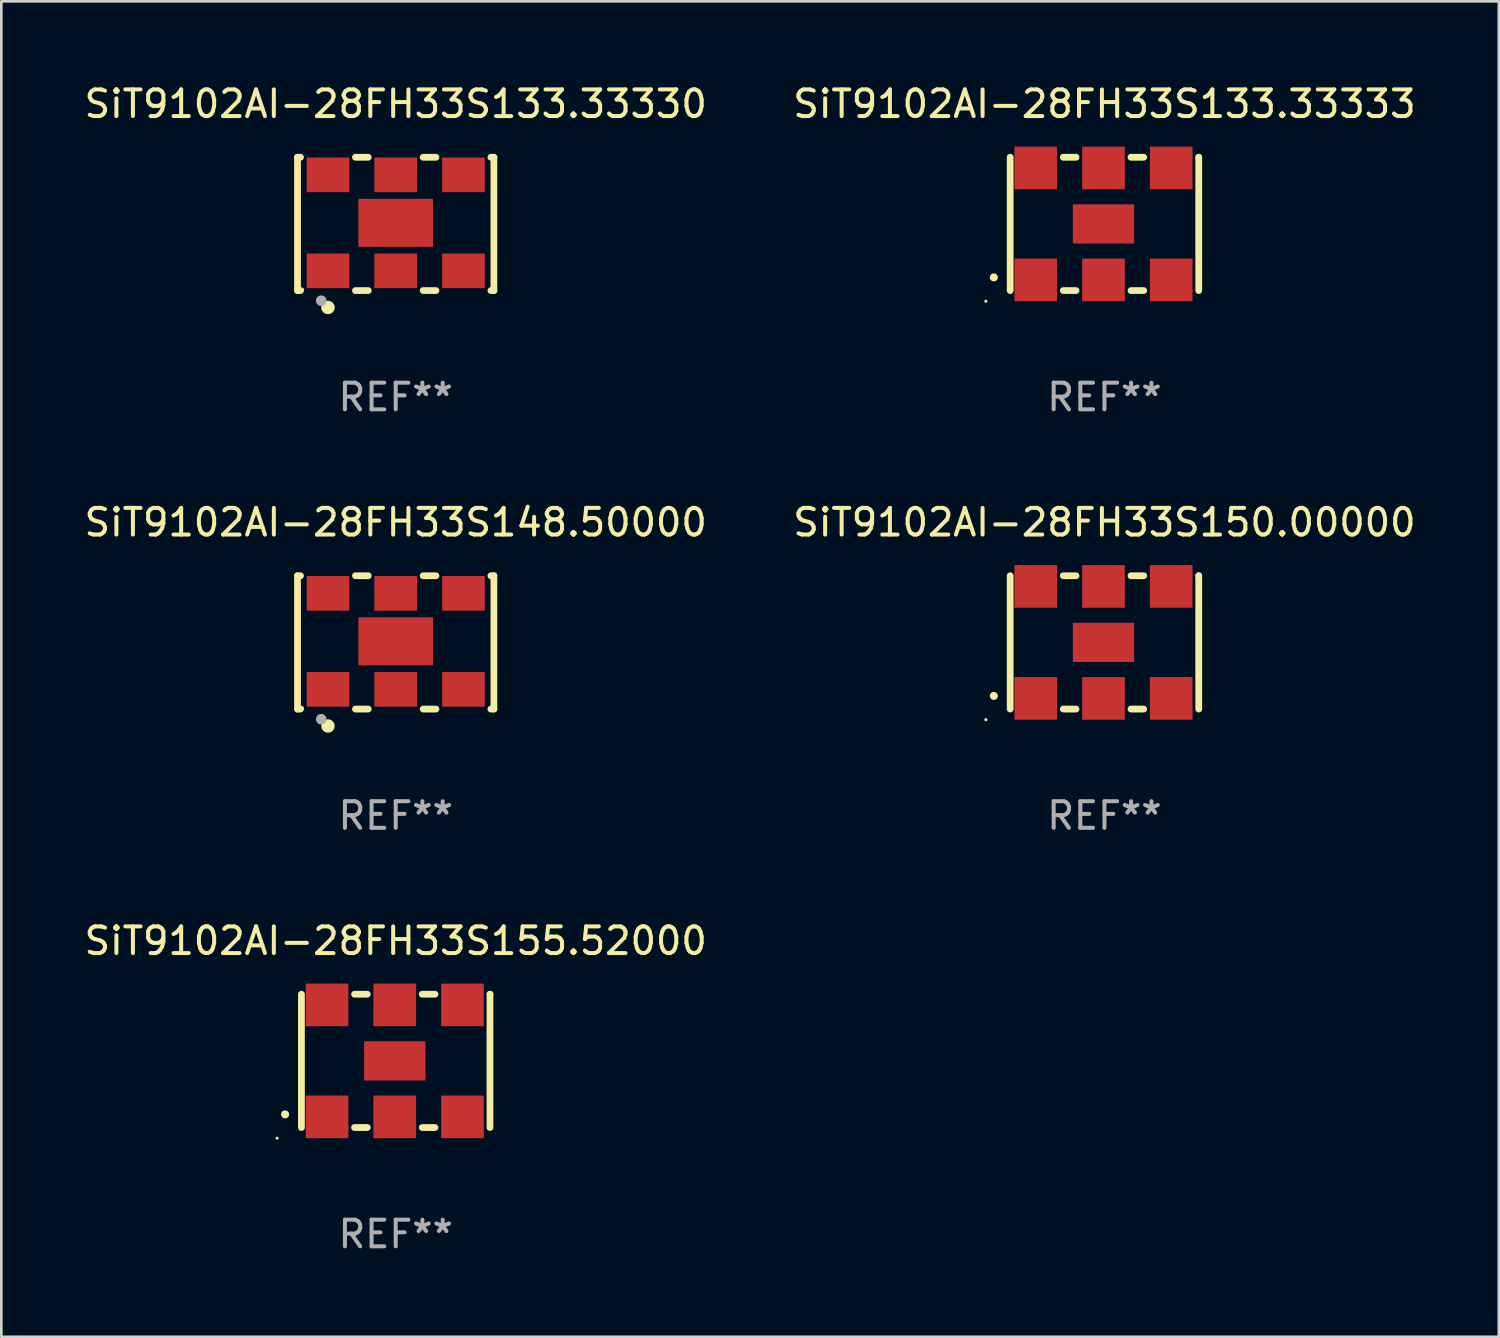
<source format=kicad_pcb>
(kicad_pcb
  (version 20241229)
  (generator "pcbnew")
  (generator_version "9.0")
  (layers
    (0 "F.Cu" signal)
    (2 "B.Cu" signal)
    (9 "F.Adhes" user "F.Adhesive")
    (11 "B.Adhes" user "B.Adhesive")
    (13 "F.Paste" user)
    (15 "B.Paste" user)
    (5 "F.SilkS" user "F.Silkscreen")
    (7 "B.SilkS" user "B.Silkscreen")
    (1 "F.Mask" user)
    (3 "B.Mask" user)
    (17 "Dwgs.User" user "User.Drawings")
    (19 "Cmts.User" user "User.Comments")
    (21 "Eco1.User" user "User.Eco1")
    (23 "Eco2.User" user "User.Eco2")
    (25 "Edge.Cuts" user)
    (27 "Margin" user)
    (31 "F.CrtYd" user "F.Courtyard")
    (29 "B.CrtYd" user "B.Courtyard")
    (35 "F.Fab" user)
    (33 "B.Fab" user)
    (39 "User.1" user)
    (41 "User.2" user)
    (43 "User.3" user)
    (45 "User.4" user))
  (footprint "SiT9102AI-28FH33S150.00000"
    (layer "F.Cu")
    (at 38.375 21.045)
    (property "Reference" "SiT9102AI-28FH33S150.00000" (at 0 -4.5 0) (layer "F.SilkS") (effects (font (size 1 1) (thickness 0.15))))
    (attr through_hole)
    (fp_line (start -3.536 -2.5) (end -3.536 2.5) (stroke (width 0.254) (type solid)) (layer "F.SilkS"))
    (fp_line (start -1.544 2.5) (end -1.067 2.5) (stroke (width 0.254) (type solid)) (layer "F.SilkS"))
    (fp_line (start -1.067 -2.5) (end -1.544 -2.5) (stroke (width 0.254) (type solid)) (layer "F.SilkS"))
    (fp_line (start 0.996 2.5) (end 1.473 2.5) (stroke (width 0.254) (type solid)) (layer "F.SilkS"))
    (fp_line (start 1.473 -2.5) (end 0.996 -2.5) (stroke (width 0.254) (type solid)) (layer "F.SilkS"))
    (fp_line (start 3.536 -2.5) (end 3.536 -2.5) (stroke (width 0.254) (type solid)) (layer "F.SilkS"))
    (fp_line (start 3.536 2.5) (end 3.536 -2.5) (stroke (width 0.254) (type solid)) (layer "F.SilkS"))
    (fp_arc (start -4.150432 2.006604) (mid -4.149162 2.006599) (end -4.147892 2.006604) (stroke (width 0.3) (type solid)) (layer "F.SilkS"))
    (fp_circle (center -4.449 2.9) (end -4.419 2.9) (stroke (width 0.06) (type solid)) (fill no) (layer "F.SilkS"))
    (fp_text user "REF**" (at 0 6.5 0) (layer "F.Fab") (effects (font (size 1 1) (thickness 0.15))))
    (pad "1" smd rect (at -2.576 2.1) (size 1.6 1.6) (layers "F.Cu" "F.Mask" "F.Paste"))
    (pad "2" smd rect (at -0.036 2.1) (size 1.6 1.6) (layers "F.Cu" "F.Mask" "F.Paste"))
    (pad "3" smd rect (at 2.504 2.1) (size 1.6 1.6) (layers "F.Cu" "F.Mask" "F.Paste"))
    (pad "4" smd rect (at 2.504 -2.1) (size 1.6 1.6) (layers "F.Cu" "F.Mask" "F.Paste"))
    (pad "5" smd rect (at -0.036 -2.1) (size 1.6 1.6) (layers "F.Cu" "F.Mask" "F.Paste"))
    (pad "6" smd rect (at -2.576 -2.1) (size 1.6 1.6) (layers "F.Cu" "F.Mask" "F.Paste"))
    (pad "7" smd rect (at -0.036 0) (size 2.3 1.47) (layers "F.Cu" "F.Mask" "F.Paste")))
  (footprint "SiT9102AI-28FH33S148.50000"
    (layer "F.Cu")
    (at 11.792 21.045)
    (property "Reference" "SiT9102AI-28FH33S148.50000" (at 0 -4.5 0) (layer "F.SilkS") (effects (font (size 1 1) (thickness 0.15))))
    (attr through_hole)
    (fp_line (start -3.683 -2.5) (end -3.571 -2.5) (stroke (width 0.254) (type solid)) (layer "F.SilkS"))
    (fp_line (start -3.683 2.5) (end -3.683 -2.5) (stroke (width 0.254) (type solid)) (layer "F.SilkS"))
    (fp_line (start -3.683 2.5) (end -3.571 2.5) (stroke (width 0.254) (type solid)) (layer "F.SilkS"))
    (fp_line (start -1.509 -2.5) (end -1.031 -2.5) (stroke (width 0.254) (type solid)) (layer "F.SilkS"))
    (fp_line (start -1.509 2.5) (end -1.031 2.5) (stroke (width 0.254) (type solid)) (layer "F.SilkS"))
    (fp_line (start 1.031 -2.5) (end 1.509 -2.5) (stroke (width 0.254) (type solid)) (layer "F.SilkS"))
    (fp_line (start 1.031 2.5) (end 1.509 2.5) (stroke (width 0.254) (type solid)) (layer "F.SilkS"))
    (fp_line (start 3.571 -2.5) (end 3.683 -2.5) (stroke (width 0.254) (type solid)) (layer "F.SilkS"))
    (fp_line (start 3.571 2.5) (end 3.683 2.5) (stroke (width 0.254) (type solid)) (layer "F.SilkS"))
    (fp_line (start 3.683 2.5) (end 3.683 -2.5) (stroke (width 0.254) (type solid)) (layer "F.SilkS"))
    (fp_circle (center -3.5 2.46) (end -3.47 2.46) (stroke (width 0.06) (type solid)) (fill no) (layer "F.SilkS"))
    (fp_circle (center -2.54 3.135) (end -2.413 3.135) (stroke (width 0.254) (type solid)) (fill no) (layer "F.SilkS"))
    (fp_circle (center -2.794 2.881) (end -2.694 2.881) (stroke (width 0.2) (type solid)) (fill no) (layer "F.Fab"))
    (fp_text user "REF**" (at 0 6.5 0) (layer "F.Fab") (effects (font (size 1 1) (thickness 0.15))))
    (pad "1" smd rect (at -2.54 1.76) (size 1.6 1.3) (layers "F.Cu" "F.Mask" "F.Paste"))
    (pad "2" smd rect (at 0 1.76) (size 1.6 1.3) (layers "F.Cu" "F.Mask" "F.Paste"))
    (pad "3" smd rect (at 2.54 1.76) (size 1.6 1.3) (layers "F.Cu" "F.Mask" "F.Paste"))
    (pad "4" smd rect (at 2.54 -1.84) (size 1.6 1.3) (layers "F.Cu" "F.Mask" "F.Paste"))
    (pad "5" smd rect (at 0 -1.84) (size 1.6 1.3) (layers "F.Cu" "F.Mask" "F.Paste"))
    (pad "6" smd rect (at -2.54 -1.84) (size 1.6 1.3) (layers "F.Cu" "F.Mask" "F.Paste"))
    (pad "7" smd rect (at 0 -0.04) (size 2.8 1.8) (layers "F.Cu" "F.Mask" "F.Paste")))
  (footprint "SiT9102AI-28FH33S155.52000"
    (layer "F.Cu")
    (at 11.792 36.741)
    (property "Reference" "SiT9102AI-28FH33S155.52000" (at 0 -4.5 0) (layer "F.SilkS") (effects (font (size 1 1) (thickness 0.15))))
    (attr through_hole)
    (fp_line (start -3.536 -2.5) (end -3.536 2.5) (stroke (width 0.254) (type solid)) (layer "F.SilkS"))
    (fp_line (start -1.544 2.5) (end -1.067 2.5) (stroke (width 0.254) (type solid)) (layer "F.SilkS"))
    (fp_line (start -1.067 -2.5) (end -1.544 -2.5) (stroke (width 0.254) (type solid)) (layer "F.SilkS"))
    (fp_line (start 0.996 2.5) (end 1.473 2.5) (stroke (width 0.254) (type solid)) (layer "F.SilkS"))
    (fp_line (start 1.473 -2.5) (end 0.996 -2.5) (stroke (width 0.254) (type solid)) (layer "F.SilkS"))
    (fp_line (start 3.536 -2.5) (end 3.536 -2.5) (stroke (width 0.254) (type solid)) (layer "F.SilkS"))
    (fp_line (start 3.536 2.5) (end 3.536 -2.5) (stroke (width 0.254) (type solid)) (layer "F.SilkS"))
    (fp_arc (start -4.150432 2.006604) (mid -4.149162 2.006599) (end -4.147892 2.006604) (stroke (width 0.3) (type solid)) (layer "F.SilkS"))
    (fp_circle (center -4.449 2.9) (end -4.419 2.9) (stroke (width 0.06) (type solid)) (fill no) (layer "F.SilkS"))
    (fp_text user "REF**" (at 0 6.5 0) (layer "F.Fab") (effects (font (size 1 1) (thickness 0.15))))
    (pad "1" smd rect (at -2.576 2.1) (size 1.6 1.6) (layers "F.Cu" "F.Mask" "F.Paste"))
    (pad "2" smd rect (at -0.036 2.1) (size 1.6 1.6) (layers "F.Cu" "F.Mask" "F.Paste"))
    (pad "3" smd rect (at 2.504 2.1) (size 1.6 1.6) (layers "F.Cu" "F.Mask" "F.Paste"))
    (pad "4" smd rect (at 2.504 -2.1) (size 1.6 1.6) (layers "F.Cu" "F.Mask" "F.Paste"))
    (pad "5" smd rect (at -0.036 -2.1) (size 1.6 1.6) (layers "F.Cu" "F.Mask" "F.Paste"))
    (pad "6" smd rect (at -2.576 -2.1) (size 1.6 1.6) (layers "F.Cu" "F.Mask" "F.Paste"))
    (pad "7" smd rect (at -0.036 0) (size 2.3 1.47) (layers "F.Cu" "F.Mask" "F.Paste")))
  (footprint "SiT9102AI-28FH33S133.33333"
    (layer "F.Cu")
    (at 38.375 5.348)
    (property "Reference" "SiT9102AI-28FH33S133.33333" (at 0 -4.5 0) (layer "F.SilkS") (effects (font (size 1 1) (thickness 0.15))))
    (attr through_hole)
    (fp_line (start -3.536 -2.5) (end -3.536 2.5) (stroke (width 0.254) (type solid)) (layer "F.SilkS"))
    (fp_line (start -1.544 2.5) (end -1.067 2.5) (stroke (width 0.254) (type solid)) (layer "F.SilkS"))
    (fp_line (start -1.067 -2.5) (end -1.544 -2.5) (stroke (width 0.254) (type solid)) (layer "F.SilkS"))
    (fp_line (start 0.996 2.5) (end 1.473 2.5) (stroke (width 0.254) (type solid)) (layer "F.SilkS"))
    (fp_line (start 1.473 -2.5) (end 0.996 -2.5) (stroke (width 0.254) (type solid)) (layer "F.SilkS"))
    (fp_line (start 3.536 -2.5) (end 3.536 -2.5) (stroke (width 0.254) (type solid)) (layer "F.SilkS"))
    (fp_line (start 3.536 2.5) (end 3.536 -2.5) (stroke (width 0.254) (type solid)) (layer "F.SilkS"))
    (fp_arc (start -4.150432 2.006604) (mid -4.149162 2.006599) (end -4.147892 2.006604) (stroke (width 0.3) (type solid)) (layer "F.SilkS"))
    (fp_circle (center -4.449 2.9) (end -4.419 2.9) (stroke (width 0.06) (type solid)) (fill no) (layer "F.SilkS"))
    (fp_text user "REF**" (at 0 6.5 0) (layer "F.Fab") (effects (font (size 1 1) (thickness 0.15))))
    (pad "1" smd rect (at -2.576 2.1) (size 1.6 1.6) (layers "F.Cu" "F.Mask" "F.Paste"))
    (pad "2" smd rect (at -0.036 2.1) (size 1.6 1.6) (layers "F.Cu" "F.Mask" "F.Paste"))
    (pad "3" smd rect (at 2.504 2.1) (size 1.6 1.6) (layers "F.Cu" "F.Mask" "F.Paste"))
    (pad "4" smd rect (at 2.504 -2.1) (size 1.6 1.6) (layers "F.Cu" "F.Mask" "F.Paste"))
    (pad "5" smd rect (at -0.036 -2.1) (size 1.6 1.6) (layers "F.Cu" "F.Mask" "F.Paste"))
    (pad "6" smd rect (at -2.576 -2.1) (size 1.6 1.6) (layers "F.Cu" "F.Mask" "F.Paste"))
    (pad "7" smd rect (at -0.036 0) (size 2.3 1.47) (layers "F.Cu" "F.Mask" "F.Paste")))
  (footprint "SiT9102AI-28FH33S133.33330"
    (layer "F.Cu")
    (at 11.792 5.348)
    (property "Reference" "SiT9102AI-28FH33S133.33330" (at 0 -4.5 0) (layer "F.SilkS") (effects (font (size 1 1) (thickness 0.15))))
    (attr through_hole)
    (fp_line (start -3.683 -2.5) (end -3.571 -2.5) (stroke (width 0.254) (type solid)) (layer "F.SilkS"))
    (fp_line (start -3.683 2.5) (end -3.683 -2.5) (stroke (width 0.254) (type solid)) (layer "F.SilkS"))
    (fp_line (start -3.683 2.5) (end -3.571 2.5) (stroke (width 0.254) (type solid)) (layer "F.SilkS"))
    (fp_line (start -1.509 -2.5) (end -1.031 -2.5) (stroke (width 0.254) (type solid)) (layer "F.SilkS"))
    (fp_line (start -1.509 2.5) (end -1.031 2.5) (stroke (width 0.254) (type solid)) (layer "F.SilkS"))
    (fp_line (start 1.031 -2.5) (end 1.509 -2.5) (stroke (width 0.254) (type solid)) (layer "F.SilkS"))
    (fp_line (start 1.031 2.5) (end 1.509 2.5) (stroke (width 0.254) (type solid)) (layer "F.SilkS"))
    (fp_line (start 3.571 -2.5) (end 3.683 -2.5) (stroke (width 0.254) (type solid)) (layer "F.SilkS"))
    (fp_line (start 3.571 2.5) (end 3.683 2.5) (stroke (width 0.254) (type solid)) (layer "F.SilkS"))
    (fp_line (start 3.683 2.5) (end 3.683 -2.5) (stroke (width 0.254) (type solid)) (layer "F.SilkS"))
    (fp_circle (center -3.5 2.46) (end -3.47 2.46) (stroke (width 0.06) (type solid)) (fill no) (layer "F.SilkS"))
    (fp_circle (center -2.54 3.135) (end -2.413 3.135) (stroke (width 0.254) (type solid)) (fill no) (layer "F.SilkS"))
    (fp_circle (center -2.794 2.881) (end -2.694 2.881) (stroke (width 0.2) (type solid)) (fill no) (layer "F.Fab"))
    (fp_text user "REF**" (at 0 6.5 0) (layer "F.Fab") (effects (font (size 1 1) (thickness 0.15))))
    (pad "1" smd rect (at -2.54 1.76) (size 1.6 1.3) (layers "F.Cu" "F.Mask" "F.Paste"))
    (pad "2" smd rect (at 0 1.76) (size 1.6 1.3) (layers "F.Cu" "F.Mask" "F.Paste"))
    (pad "3" smd rect (at 2.54 1.76) (size 1.6 1.3) (layers "F.Cu" "F.Mask" "F.Paste"))
    (pad "4" smd rect (at 2.54 -1.84) (size 1.6 1.3) (layers "F.Cu" "F.Mask" "F.Paste"))
    (pad "5" smd rect (at 0 -1.84) (size 1.6 1.3) (layers "F.Cu" "F.Mask" "F.Paste"))
    (pad "6" smd rect (at -2.54 -1.84) (size 1.6 1.3) (layers "F.Cu" "F.Mask" "F.Paste"))
    (pad "7" smd rect (at 0 -0.04) (size 2.8 1.8) (layers "F.Cu" "F.Mask" "F.Paste")))
  (gr_rect
    (start -3 -3)
    (end 53.167 47.09)
    (stroke (width 0.1) (type default))
    (fill no)
    (layer "Edge.Cuts")))
</source>
